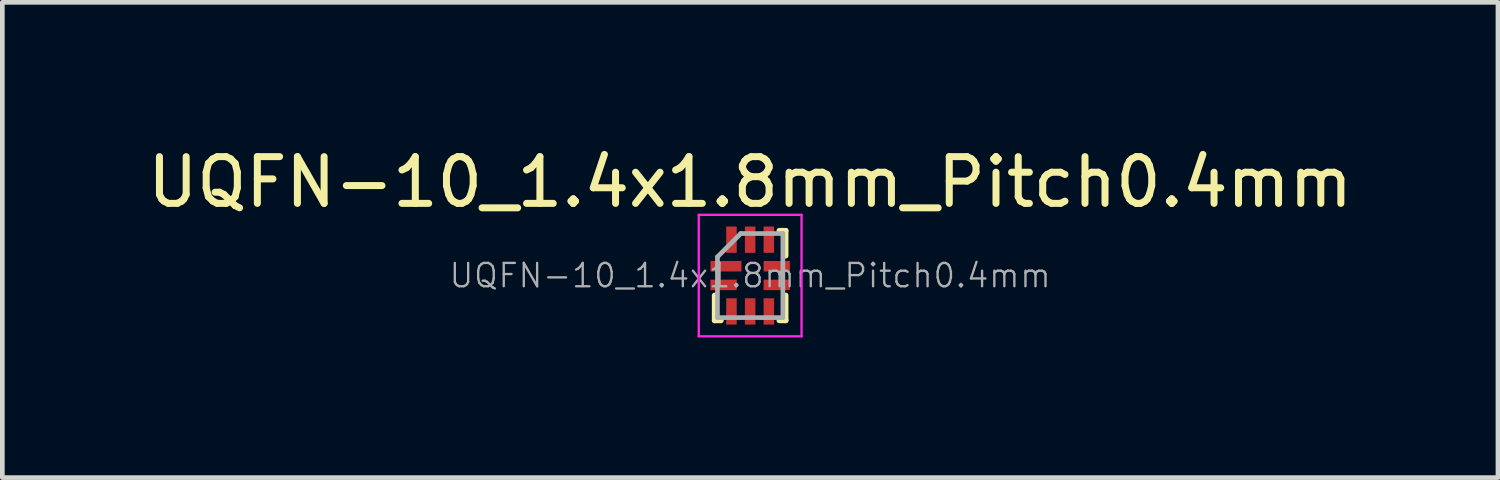
<source format=kicad_pcb>
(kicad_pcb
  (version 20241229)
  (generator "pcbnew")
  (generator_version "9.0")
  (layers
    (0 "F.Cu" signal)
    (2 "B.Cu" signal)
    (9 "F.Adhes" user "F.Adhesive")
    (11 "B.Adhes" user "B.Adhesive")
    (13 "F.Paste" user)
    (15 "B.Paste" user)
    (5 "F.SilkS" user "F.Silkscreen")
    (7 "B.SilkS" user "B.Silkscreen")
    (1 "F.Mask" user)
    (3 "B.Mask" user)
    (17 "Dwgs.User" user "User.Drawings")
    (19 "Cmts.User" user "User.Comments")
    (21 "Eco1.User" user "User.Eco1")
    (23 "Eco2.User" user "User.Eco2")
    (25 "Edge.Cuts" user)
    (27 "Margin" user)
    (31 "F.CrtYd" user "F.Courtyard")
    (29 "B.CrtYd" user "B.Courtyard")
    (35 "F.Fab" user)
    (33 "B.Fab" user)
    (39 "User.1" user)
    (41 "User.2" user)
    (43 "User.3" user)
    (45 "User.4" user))
  (footprint "UQFN-10_1.4x1.8mm_Pitch0.4mm"
    (layer "F.Cu")
    (at 13.006 2.848)
    (property "Reference" "UQFN-10_1.4x1.8mm_Pitch0.4mm" (at 0 -2 0) (layer "F.SilkS") (effects (font (size 1 1) (thickness 0.15))))
    (attr smd)
    (fp_line (start -0.76 0.96) (end -0.76 0.425) (stroke (width 0.12) (type solid)) (layer "F.SilkS"))
    (fp_line (start -0.625 0.96) (end -0.76 0.96) (stroke (width 0.12) (type solid)) (layer "F.SilkS"))
    (fp_line (start 0.76 -0.96) (end 0.625 -0.96) (stroke (width 0.12) (type solid)) (layer "F.SilkS"))
    (fp_line (start 0.76 -0.425) (end 0.76 -0.96) (stroke (width 0.12) (type solid)) (layer "F.SilkS"))
    (fp_line (start 0.76 0.96) (end 0.625 0.96) (stroke (width 0.12) (type solid)) (layer "F.SilkS"))
    (fp_line (start 0.76 0.96) (end 0.76 0.425) (stroke (width 0.12) (type solid)) (layer "F.SilkS"))
    (fp_line (start -1.1 1.3) (end -1.1 -1.3) (stroke (width 0.05) (type solid)) (layer "F.CrtYd"))
    (fp_line (start -1.1 1.3) (end 1.1 1.3) (stroke (width 0.05) (type solid)) (layer "F.CrtYd"))
    (fp_line (start 1.1 -1.3) (end -1.1 -1.3) (stroke (width 0.05) (type solid)) (layer "F.CrtYd"))
    (fp_line (start 1.1 -1.3) (end 1.1 1.3) (stroke (width 0.05) (type solid)) (layer "F.CrtYd"))
    (fp_line (start -0.7 -0.4) (end -0.7 0.9) (stroke (width 0.1) (type solid)) (layer "F.Fab"))
    (fp_line (start -0.7 0.9) (end 0.7 0.9) (stroke (width 0.1) (type solid)) (layer "F.Fab"))
    (fp_line (start -0.2 -0.9) (end -0.7 -0.4) (stroke (width 0.1) (type solid)) (layer "F.Fab"))
    (fp_line (start -0.2 -0.9) (end 0.7 -0.9) (stroke (width 0.1) (type solid)) (layer "F.Fab"))
    (fp_line (start 0.7 -0.9) (end 0.7 0.9) (stroke (width 0.1) (type solid)) (layer "F.Fab"))
    (fp_text user "${REFERENCE}" (at 0 0 0) (layer "F.Fab") (effects (font (size 0.5 0.5) (thickness 0.05))))
    (pad "1" smd rect (at -0.518 -0.2) (size 0.663 0.225) (layers "F.Cu" "F.Mask" "F.Paste"))
    (pad "2" smd rect (at -0.569 0.2) (size 0.563 0.225) (layers "F.Cu" "F.Mask" "F.Paste"))
    (pad "3" smd rect (at -0.4 0.768) (size 0.225 0.563) (layers "F.Cu" "F.Mask" "F.Paste"))
    (pad "4" smd rect (at 0 0.768) (size 0.225 0.563) (layers "F.Cu" "F.Mask" "F.Paste"))
    (pad "5" smd rect (at 0.4 0.768) (size 0.225 0.563) (layers "F.Cu" "F.Mask" "F.Paste"))
    (pad "6" smd rect (at 0.569 0.2) (size 0.563 0.225) (layers "F.Cu" "F.Mask" "F.Paste"))
    (pad "7" smd rect (at 0.569 -0.2) (size 0.563 0.225) (layers "F.Cu" "F.Mask" "F.Paste"))
    (pad "8" smd rect (at 0.4 -0.768) (size 0.225 0.563) (layers "F.Cu" "F.Mask" "F.Paste"))
    (pad "9" smd rect (at 0 -0.768) (size 0.225 0.563) (layers "F.Cu" "F.Mask" "F.Paste"))
    (pad "10" smd rect (at -0.4 -0.768) (size 0.225 0.563) (layers "F.Cu" "F.Mask" "F.Paste")))
  (gr_rect
    (start -3 -3)
    (end 29.012 7.173)
    (stroke (width 0.1) (type default))
    (fill no)
    (layer "Edge.Cuts")))
</source>
